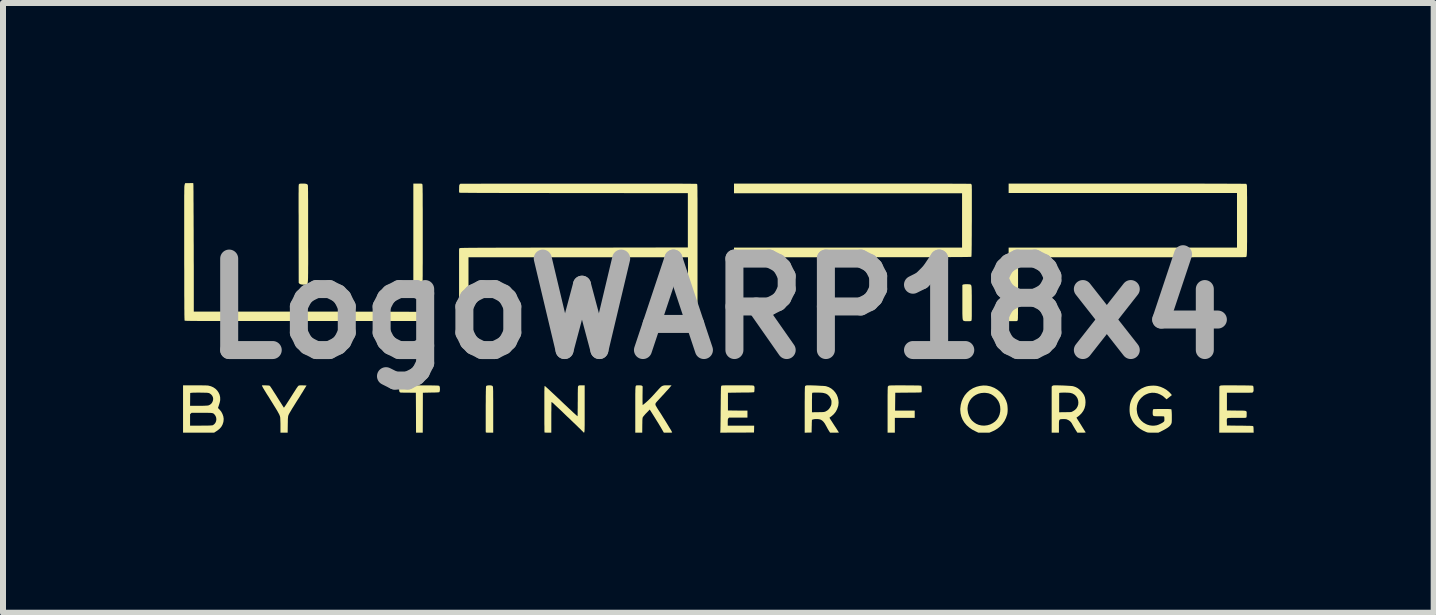
<source format=kicad_pcb>
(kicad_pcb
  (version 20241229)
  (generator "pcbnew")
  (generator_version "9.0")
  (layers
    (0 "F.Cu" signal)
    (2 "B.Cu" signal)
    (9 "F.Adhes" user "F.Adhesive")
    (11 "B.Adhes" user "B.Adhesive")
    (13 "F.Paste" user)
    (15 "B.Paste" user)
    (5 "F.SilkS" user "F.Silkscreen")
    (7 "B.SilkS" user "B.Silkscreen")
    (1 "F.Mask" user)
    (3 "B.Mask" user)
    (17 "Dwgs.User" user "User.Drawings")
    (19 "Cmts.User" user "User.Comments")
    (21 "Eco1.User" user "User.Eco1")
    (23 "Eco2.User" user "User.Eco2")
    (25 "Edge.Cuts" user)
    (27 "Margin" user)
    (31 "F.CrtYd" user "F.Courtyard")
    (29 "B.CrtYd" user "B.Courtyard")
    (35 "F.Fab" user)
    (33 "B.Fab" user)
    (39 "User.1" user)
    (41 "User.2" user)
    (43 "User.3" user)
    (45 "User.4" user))
  (footprint "LogoWARP18x4"
    (layer "F.Cu")
    (at 8.933 2.093)
    (property "Reference" "LogoWARP18x4" (at 0 0 0) (layer "F.Fab") (effects (font (size 1.524 1.524) (thickness 0.3))))
    (attr board_only exclude_from_pos_files exclude_from_bom)
    (fp_poly (pts (xy -3.792 1.281) (xy -3.779 1.287) (xy -3.771 1.297) (xy -3.77 1.301) (xy -3.769 1.308) (xy -3.768 1.323) (xy -3.767 1.347) (xy -3.766 1.379) (xy -3.766 1.42) (xy -3.766 1.469) (xy -3.765 1.527) (xy -3.765 1.593) (xy -3.765 1.669) (xy -3.765 1.69) (xy -3.765 2.066) (xy -3.826 2.066) (xy -3.851 2.066) (xy -3.868 2.066) (xy -3.88 2.064) (xy -3.886 2.063) (xy -3.889 2.06) (xy -3.889 2.059) (xy -3.889 2.054) (xy -3.89 2.04) (xy -3.89 2.019) (xy -3.89 1.991) (xy -3.89 1.956) (xy -3.89 1.916) (xy -3.89 1.871) (xy -3.89 1.821) (xy -3.89 1.768) (xy -3.89 1.712) (xy -3.89 1.674) (xy -3.89 1.607) (xy -3.889 1.548) (xy -3.889 1.497) (xy -3.889 1.454) (xy -3.888 1.416) (xy -3.888 1.386) (xy -3.887 1.36) (xy -3.887 1.34) (xy -3.886 1.324) (xy -3.886 1.311) (xy -3.885 1.302) (xy -3.884 1.296) (xy -3.883 1.292) (xy -3.881 1.289) (xy -3.88 1.288) (xy -3.873 1.283) (xy -3.861 1.28) (xy -3.842 1.278) (xy -3.836 1.278) (xy -3.81 1.278)) (stroke (width 0) (type solid)) (fill yes) (layer "F.SilkS"))
    (fp_poly (pts (xy 3.033 1.278) (xy 3.095 1.278) (xy 3.101 1.278) (xy 3.156 1.279) (xy 3.203 1.279) (xy 3.242 1.279) (xy 3.274 1.28) (xy 3.3 1.28) (xy 3.321 1.28) (xy 3.336 1.281) (xy 3.348 1.282) (xy 3.356 1.283) (xy 3.362 1.284) (xy 3.365 1.285) (xy 3.367 1.287) (xy 3.369 1.288) (xy 3.371 1.296) (xy 3.373 1.311) (xy 3.375 1.329) (xy 3.375 1.349) (xy 3.375 1.368) (xy 3.374 1.383) (xy 3.372 1.392) (xy 3.371 1.393) (xy 3.368 1.394) (xy 3.361 1.395) (xy 3.349 1.396) (xy 3.331 1.397) (xy 3.308 1.398) (xy 3.277 1.398) (xy 3.239 1.399) (xy 3.194 1.399) (xy 3.151 1.399) (xy 2.934 1.401) (xy 2.931 1.699) (xy 3.258 1.699) (xy 3.258 1.82) (xy 2.927 1.82) (xy 2.927 2.066) (xy 2.806 2.066) (xy 2.806 1.688) (xy 2.806 1.614) (xy 2.806 1.549) (xy 2.806 1.492) (xy 2.806 1.443) (xy 2.807 1.402) (xy 2.807 1.368) (xy 2.808 1.341) (xy 2.809 1.321) (xy 2.809 1.307) (xy 2.81 1.299) (xy 2.811 1.298) (xy 2.819 1.288) (xy 2.828 1.282) (xy 2.834 1.281) (xy 2.848 1.28) (xy 2.869 1.279) (xy 2.898 1.279) (xy 2.935 1.278) (xy 2.98 1.278)) (stroke (width 0) (type solid)) (fill yes) (layer "F.SilkS"))
    (fp_poly (pts (xy 4.15 -0.407) (xy 4.169 -0.406) (xy 4.182 -0.403) (xy 4.187 -0.401) (xy 4.191 -0.399) (xy 4.195 -0.396) (xy 4.198 -0.391) (xy 4.201 -0.384) (xy 4.203 -0.375) (xy 4.205 -0.362) (xy 4.206 -0.345) (xy 4.207 -0.323) (xy 4.208 -0.295) (xy 4.208 -0.262) (xy 4.209 -0.222) (xy 4.209 -0.174) (xy 4.209 -0.119) (xy 4.209 -0.087) (xy 4.209 -0.03) (xy 4.209 0.02) (xy 4.209 0.061) (xy 4.209 0.096) (xy 4.209 0.124) (xy 4.208 0.147) (xy 4.208 0.164) (xy 4.207 0.178) (xy 4.206 0.187) (xy 4.205 0.194) (xy 4.204 0.198) (xy 4.203 0.201) (xy 4.202 0.201) (xy 4.196 0.205) (xy 4.187 0.207) (xy 4.171 0.209) (xy 4.149 0.209) (xy 4.128 0.209) (xy 4.109 0.209) (xy 4.095 0.208) (xy 4.09 0.207) (xy 4.082 0.205) (xy 4.076 0.203) (xy 4.071 0.2) (xy 4.066 0.197) (xy 4.062 0.191) (xy 4.059 0.182) (xy 4.057 0.171) (xy 4.055 0.155) (xy 4.054 0.135) (xy 4.053 0.11) (xy 4.052 0.079) (xy 4.052 0.042) (xy 4.052 -0.003) (xy 4.052 -0.055) (xy 4.052 -0.114) (xy 4.052 -0.394) (xy 4.062 -0.401) (xy 4.071 -0.404) (xy 4.087 -0.406) (xy 4.107 -0.408) (xy 4.129 -0.408)) (stroke (width 0) (type solid)) (fill yes) (layer "F.SilkS"))
    (fp_poly (pts (xy -5.072 1.278) (xy -5.004 1.278) (xy -4.994 1.278) (xy -4.932 1.279) (xy -4.879 1.279) (xy -4.833 1.279) (xy -4.794 1.279) (xy -4.762 1.28) (xy -4.736 1.28) (xy -4.715 1.281) (xy -4.698 1.281) (xy -4.686 1.282) (xy -4.677 1.283) (xy -4.671 1.284) (xy -4.667 1.285) (xy -4.664 1.287) (xy -4.663 1.287) (xy -4.658 1.298) (xy -4.654 1.314) (xy -4.653 1.334) (xy -4.653 1.354) (xy -4.656 1.373) (xy -4.66 1.387) (xy -4.661 1.389) (xy -4.664 1.391) (xy -4.669 1.393) (xy -4.678 1.394) (xy -4.691 1.395) (xy -4.71 1.396) (xy -4.735 1.397) (xy -4.768 1.398) (xy -4.801 1.398) (xy -4.937 1.401) (xy -4.939 2.066) (xy -5.051 2.066) (xy -5.052 1.733) (xy -5.054 1.401) (xy -5.177 1.4) (xy -5.21 1.4) (xy -5.24 1.4) (xy -5.267 1.399) (xy -5.289 1.399) (xy -5.304 1.398) (xy -5.312 1.397) (xy -5.312 1.397) (xy -5.323 1.391) (xy -5.329 1.378) (xy -5.332 1.358) (xy -5.332 1.331) (xy -5.332 1.324) (xy -5.329 1.305) (xy -5.326 1.291) (xy -5.323 1.283) (xy -5.323 1.282) (xy -5.318 1.281) (xy -5.306 1.28) (xy -5.287 1.279) (xy -5.26 1.279) (xy -5.225 1.279) (xy -5.182 1.278) (xy -5.131 1.278)) (stroke (width 0) (type solid)) (fill yes) (layer "F.SilkS"))
    (fp_poly (pts (xy -4.998 -2.084) (xy -4.979 -2.084) (xy -4.965 -2.083) (xy -4.957 -2.082) (xy -4.952 -2.08) (xy -4.948 -2.077) (xy -4.946 -2.074) (xy -4.945 -2.072) (xy -4.945 -2.069) (xy -4.944 -2.064) (xy -4.943 -2.057) (xy -4.943 -2.047) (xy -4.942 -2.034) (xy -4.942 -2.017) (xy -4.941 -1.997) (xy -4.941 -1.973) (xy -4.941 -1.945) (xy -4.94 -1.912) (xy -4.94 -1.873) (xy -4.94 -1.829) (xy -4.94 -1.778) (xy -4.94 -1.722) (xy -4.939 -1.659) (xy -4.939 -1.588) (xy -4.939 -1.51) (xy -4.939 -1.424) (xy -4.939 -1.33) (xy -4.939 -1.243) (xy -4.939 -1.143) (xy -4.939 -1.05) (xy -4.939 -0.967) (xy -4.939 -0.89) (xy -4.939 -0.822) (xy -4.939 -0.76) (xy -4.94 -0.705) (xy -4.94 -0.656) (xy -4.94 -0.613) (xy -4.94 -0.576) (xy -4.94 -0.543) (xy -4.941 -0.516) (xy -4.941 -0.493) (xy -4.941 -0.473) (xy -4.942 -0.457) (xy -4.942 -0.445) (xy -4.943 -0.435) (xy -4.944 -0.427) (xy -4.944 -0.422) (xy -4.945 -0.418) (xy -4.946 -0.415) (xy -4.947 -0.413) (xy -4.948 -0.412) (xy -4.951 -0.408) (xy -4.956 -0.405) (xy -4.962 -0.403) (xy -4.972 -0.402) (xy -4.987 -0.401) (xy -5.008 -0.401) (xy -5.026 -0.401) (xy -5.096 -0.401) (xy -5.096 -1.243) (xy -5.096 -2.084) (xy -5.025 -2.084)) (stroke (width 0) (type solid)) (fill yes) (layer "F.SilkS"))
    (fp_poly (pts (xy 0.362 1.277) (xy 0.409 1.277) (xy 0.448 1.278) (xy 0.481 1.278) (xy 0.507 1.278) (xy 0.528 1.279) (xy 0.544 1.279) (xy 0.556 1.28) (xy 0.565 1.281) (xy 0.571 1.282) (xy 0.575 1.283) (xy 0.577 1.285) (xy 0.578 1.285) (xy 0.585 1.295) (xy 0.588 1.304) (xy 0.589 1.322) (xy 0.588 1.341) (xy 0.587 1.36) (xy 0.586 1.376) (xy 0.584 1.387) (xy 0.583 1.389) (xy 0.581 1.391) (xy 0.576 1.392) (xy 0.569 1.394) (xy 0.558 1.394) (xy 0.542 1.395) (xy 0.522 1.396) (xy 0.495 1.397) (xy 0.461 1.397) (xy 0.42 1.398) (xy 0.371 1.398) (xy 0.362 1.398) (xy 0.146 1.401) (xy 0.146 1.696) (xy 0.308 1.698) (xy 0.471 1.699) (xy 0.471 1.815) (xy 0.165 1.815) (xy 0.154 1.826) (xy 0.15 1.831) (xy 0.147 1.837) (xy 0.145 1.844) (xy 0.144 1.856) (xy 0.143 1.873) (xy 0.143 1.893) (xy 0.143 1.95) (xy 0.583 1.95) (xy 0.582 2.007) (xy 0.58 2.064) (xy 0.299 2.065) (xy 0.017 2.066) (xy 0.02 2.038) (xy 0.02 2.029) (xy 0.021 2.012) (xy 0.021 1.988) (xy 0.022 1.956) (xy 0.022 1.919) (xy 0.023 1.877) (xy 0.023 1.83) (xy 0.024 1.779) (xy 0.024 1.725) (xy 0.025 1.669) (xy 0.025 1.652) (xy 0.026 1.587) (xy 0.026 1.53) (xy 0.027 1.481) (xy 0.027 1.44) (xy 0.028 1.404) (xy 0.028 1.375) (xy 0.029 1.351) (xy 0.029 1.333) (xy 0.03 1.318) (xy 0.031 1.307) (xy 0.032 1.299) (xy 0.033 1.293) (xy 0.034 1.29) (xy 0.035 1.287) (xy 0.036 1.286) (xy 0.039 1.284) (xy 0.041 1.283) (xy 0.046 1.281) (xy 0.053 1.28) (xy 0.063 1.279) (xy 0.076 1.279) (xy 0.094 1.278) (xy 0.116 1.278) (xy 0.145 1.278) (xy 0.18 1.278) (xy 0.222 1.277) (xy 0.272 1.277) (xy 0.307 1.277)) (stroke (width 0) (type solid)) (fill yes) (layer "F.SilkS"))
    (fp_poly (pts (xy 4.458 1.282) (xy 4.513 1.293) (xy 4.53 1.298) (xy 4.585 1.32) (xy 4.635 1.35) (xy 4.681 1.387) (xy 4.72 1.43) (xy 4.753 1.478) (xy 4.78 1.531) (xy 4.797 1.581) (xy 4.802 1.609) (xy 4.805 1.641) (xy 4.807 1.676) (xy 4.806 1.71) (xy 4.803 1.741) (xy 4.799 1.761) (xy 4.779 1.82) (xy 4.753 1.873) (xy 4.719 1.921) (xy 4.695 1.948) (xy 4.665 1.976) (xy 4.636 1.999) (xy 4.604 2.019) (xy 4.567 2.038) (xy 4.552 2.045) (xy 4.503 2.066) (xy 4.411 2.066) (xy 4.318 2.066) (xy 4.274 2.045) (xy 4.216 2.015) (xy 4.166 1.98) (xy 4.122 1.941) (xy 4.085 1.897) (xy 4.056 1.849) (xy 4.035 1.798) (xy 4.022 1.745) (xy 4.017 1.688) (xy 4.017 1.663) (xy 4.018 1.659) (xy 4.138 1.659) (xy 4.139 1.688) (xy 4.147 1.739) (xy 4.162 1.785) (xy 4.183 1.826) (xy 4.211 1.863) (xy 4.245 1.893) (xy 4.282 1.918) (xy 4.324 1.936) (xy 4.369 1.946) (xy 4.417 1.949) (xy 4.467 1.943) (xy 4.468 1.943) (xy 4.516 1.929) (xy 4.559 1.907) (xy 4.597 1.88) (xy 4.629 1.846) (xy 4.654 1.807) (xy 4.672 1.764) (xy 4.682 1.717) (xy 4.685 1.676) (xy 4.681 1.626) (xy 4.67 1.581) (xy 4.651 1.539) (xy 4.623 1.5) (xy 4.604 1.479) (xy 4.567 1.448) (xy 4.529 1.425) (xy 4.487 1.41) (xy 4.44 1.403) (xy 4.413 1.402) (xy 4.364 1.406) (xy 4.318 1.418) (xy 4.276 1.437) (xy 4.238 1.462) (xy 4.205 1.493) (xy 4.178 1.529) (xy 4.158 1.569) (xy 4.144 1.612) (xy 4.138 1.659) (xy 4.018 1.659) (xy 4.025 1.603) (xy 4.04 1.546) (xy 4.063 1.493) (xy 4.092 1.444) (xy 4.129 1.4) (xy 4.171 1.362) (xy 4.219 1.331) (xy 4.233 1.323) (xy 4.288 1.301) (xy 4.344 1.287) (xy 4.401 1.28)) (stroke (width 0) (type solid)) (fill yes) (layer "F.SilkS"))
    (fp_poly (pts (xy -6.91 -2.084) (xy -6.888 -2.081) (xy -6.873 -2.077) (xy -6.862 -2.071) (xy -6.856 -2.062) (xy -6.854 -2.057) (xy -6.853 -2.052) (xy -6.852 -2.043) (xy -6.852 -2.027) (xy -6.851 -2.006) (xy -6.851 -1.978) (xy -6.85 -1.945) (xy -6.85 -1.904) (xy -6.85 -1.857) (xy -6.849 -1.803) (xy -6.849 -1.742) (xy -6.849 -1.673) (xy -6.849 -1.596) (xy -6.849 -1.512) (xy -6.849 -1.419) (xy -6.849 -1.317) (xy -6.849 -1.232) (xy -6.849 -1.13) (xy -6.849 -1.037) (xy -6.848 -0.952) (xy -6.848 -0.875) (xy -6.848 -0.805) (xy -6.848 -0.742) (xy -6.849 -0.686) (xy -6.849 -0.636) (xy -6.849 -0.592) (xy -6.85 -0.554) (xy -6.85 -0.521) (xy -6.851 -0.493) (xy -6.852 -0.47) (xy -6.854 -0.45) (xy -6.856 -0.434) (xy -6.858 -0.422) (xy -6.86 -0.413) (xy -6.863 -0.406) (xy -6.866 -0.401) (xy -6.869 -0.399) (xy -6.873 -0.397) (xy -6.877 -0.397) (xy -6.882 -0.398) (xy -6.888 -0.399) (xy -6.893 -0.4) (xy -6.9 -0.4) (xy -6.903 -0.4) (xy -6.924 -0.4) (xy -6.945 -0.401) (xy -6.961 -0.403) (xy -6.962 -0.403) (xy -6.98 -0.408) (xy -6.993 -0.416) (xy -6.995 -0.418) (xy -7.006 -0.431) (xy -7.007 -1.079) (xy -7.007 -1.19) (xy -7.007 -1.293) (xy -7.007 -1.387) (xy -7.007 -1.473) (xy -7.007 -1.552) (xy -7.008 -1.623) (xy -7.008 -1.687) (xy -7.008 -1.746) (xy -7.008 -1.797) (xy -7.008 -1.843) (xy -7.008 -1.884) (xy -7.008 -1.919) (xy -7.007 -1.95) (xy -7.007 -1.976) (xy -7.007 -1.998) (xy -7.007 -2.017) (xy -7.007 -2.032) (xy -7.006 -2.044) (xy -7.006 -2.053) (xy -7.005 -2.06) (xy -7.005 -2.066) (xy -7.004 -2.069) (xy -7.003 -2.071) (xy -7.003 -2.072) (xy -7.002 -2.073) (xy -7.001 -2.073) (xy -7 -2.074) (xy -6.999 -2.075) (xy -6.995 -2.079) (xy -6.989 -2.082) (xy -6.98 -2.083) (xy -6.966 -2.084) (xy -6.945 -2.084) (xy -6.94 -2.084)) (stroke (width 0) (type solid)) (fill yes) (layer "F.SilkS"))
    (fp_poly (pts (xy 2.4 -2.084) (xy 2.574 -2.084) (xy 2.739 -2.084) (xy 2.895 -2.084) (xy 3.042 -2.084) (xy 3.18 -2.084) (xy 3.31 -2.084) (xy 3.43 -2.084) (xy 3.542 -2.083) (xy 3.645 -2.083) (xy 3.739 -2.083) (xy 3.824 -2.083) (xy 3.9 -2.082) (xy 3.968 -2.082) (xy 4.026 -2.082) (xy 4.076 -2.082) (xy 4.118 -2.081) (xy 4.15 -2.081) (xy 4.174 -2.081) (xy 4.189 -2.08) (xy 4.195 -2.08) (xy 4.195 -2.08) (xy 4.202 -2.072) (xy 4.208 -2.061) (xy 4.208 -2.06) (xy 4.208 -2.054) (xy 4.209 -2.038) (xy 4.209 -2.015) (xy 4.21 -1.984) (xy 4.21 -1.945) (xy 4.21 -1.9) (xy 4.21 -1.847) (xy 4.21 -1.789) (xy 4.21 -1.724) (xy 4.21 -1.654) (xy 4.21 -1.579) (xy 4.21 -1.499) (xy 4.21 -1.457) (xy 4.209 -1.372) (xy 4.209 -1.295) (xy 4.209 -1.226) (xy 4.208 -1.165) (xy 4.208 -1.111) (xy 4.208 -1.064) (xy 4.207 -1.023) (xy 4.207 -0.988) (xy 4.206 -0.958) (xy 4.206 -0.934) (xy 4.205 -0.914) (xy 4.205 -0.898) (xy 4.204 -0.885) (xy 4.203 -0.876) (xy 4.203 -0.87) (xy 4.202 -0.866) (xy 4.201 -0.864) (xy 4.201 -0.864) (xy 4.198 -0.863) (xy 4.193 -0.863) (xy 4.184 -0.863) (xy 4.171 -0.862) (xy 4.155 -0.862) (xy 4.134 -0.861) (xy 4.109 -0.861) (xy 4.079 -0.861) (xy 4.045 -0.86) (xy 4.005 -0.86) (xy 3.96 -0.86) (xy 3.91 -0.86) (xy 3.854 -0.859) (xy 3.793 -0.859) (xy 3.725 -0.859) (xy 3.651 -0.859) (xy 3.57 -0.859) (xy 3.483 -0.858) (xy 3.389 -0.858) (xy 3.287 -0.858) (xy 3.179 -0.858) (xy 3.062 -0.858) (xy 2.938 -0.858) (xy 2.806 -0.858) (xy 2.665 -0.857) (xy 2.517 -0.857) (xy 2.359 -0.857) (xy 2.294 -0.857) (xy 0.394 -0.856) (xy 0.394 0.206) (xy 0.247 0.206) (xy 0.247 -1.017) (xy 4.047 -1.017) (xy 4.047 -1.923) (xy 0.247 -1.923) (xy 0.247 -2.084) (xy 2.217 -2.084)) (stroke (width 0) (type solid)) (fill yes) (layer "F.SilkS"))
    (fp_poly (pts (xy 8.524 1.278) (xy 8.572 1.278) (xy 8.622 1.278) (xy 8.678 1.279) (xy 8.725 1.279) (xy 8.765 1.279) (xy 8.798 1.28) (xy 8.825 1.28) (xy 8.846 1.281) (xy 8.862 1.281) (xy 8.874 1.282) (xy 8.883 1.283) (xy 8.889 1.284) (xy 8.893 1.285) (xy 8.895 1.287) (xy 8.895 1.287) (xy 8.899 1.294) (xy 8.902 1.304) (xy 8.903 1.321) (xy 8.904 1.336) (xy 8.904 1.355) (xy 8.904 1.368) (xy 8.902 1.377) (xy 8.898 1.384) (xy 8.895 1.388) (xy 8.884 1.4) (xy 8.672 1.401) (xy 8.46 1.401) (xy 8.46 1.696) (xy 8.617 1.698) (xy 8.661 1.698) (xy 8.697 1.698) (xy 8.725 1.699) (xy 8.747 1.7) (xy 8.764 1.702) (xy 8.775 1.705) (xy 8.783 1.71) (xy 8.787 1.716) (xy 8.789 1.725) (xy 8.79 1.736) (xy 8.789 1.75) (xy 8.789 1.76) (xy 8.789 1.78) (xy 8.788 1.796) (xy 8.786 1.808) (xy 8.785 1.811) (xy 8.783 1.813) (xy 8.78 1.815) (xy 8.776 1.817) (xy 8.768 1.818) (xy 8.757 1.819) (xy 8.741 1.819) (xy 8.719 1.819) (xy 8.691 1.82) (xy 8.656 1.82) (xy 8.628 1.82) (xy 8.587 1.82) (xy 8.554 1.82) (xy 8.528 1.82) (xy 8.508 1.821) (xy 8.493 1.821) (xy 8.483 1.822) (xy 8.475 1.824) (xy 8.471 1.825) (xy 8.467 1.827) (xy 8.467 1.828) (xy 8.463 1.831) (xy 8.46 1.836) (xy 8.459 1.844) (xy 8.458 1.856) (xy 8.458 1.874) (xy 8.459 1.891) (xy 8.46 1.947) (xy 8.676 1.95) (xy 8.729 1.95) (xy 8.774 1.951) (xy 8.811 1.952) (xy 8.84 1.952) (xy 8.863 1.953) (xy 8.88 1.954) (xy 8.891 1.956) (xy 8.896 1.957) (xy 8.898 1.957) (xy 8.9 1.965) (xy 8.903 1.981) (xy 8.904 2.004) (xy 8.904 2.015) (xy 8.906 2.066) (xy 8.332 2.066) (xy 8.333 1.68) (xy 8.334 1.295) (xy 8.345 1.286) (xy 8.348 1.284) (xy 8.351 1.283) (xy 8.355 1.281) (xy 8.362 1.28) (xy 8.371 1.279) (xy 8.384 1.279) (xy 8.401 1.278) (xy 8.423 1.278) (xy 8.45 1.278) (xy 8.483 1.278)) (stroke (width 0) (type solid)) (fill yes) (layer "F.SilkS"))
    (fp_poly (pts (xy -7.557 1.278) (xy -7.532 1.279) (xy -7.514 1.28) (xy -7.502 1.281) (xy -7.494 1.283) (xy -7.489 1.286) (xy -7.484 1.29) (xy -7.483 1.291) (xy -7.479 1.297) (xy -7.47 1.31) (xy -7.457 1.329) (xy -7.442 1.352) (xy -7.424 1.381) (xy -7.403 1.413) (xy -7.381 1.447) (xy -7.364 1.475) (xy -7.342 1.51) (xy -7.321 1.543) (xy -7.302 1.573) (xy -7.285 1.6) (xy -7.272 1.621) (xy -7.261 1.637) (xy -7.255 1.647) (xy -7.253 1.65) (xy -7.25 1.647) (xy -7.243 1.638) (xy -7.232 1.622) (xy -7.218 1.602) (xy -7.202 1.577) (xy -7.184 1.549) (xy -7.169 1.526) (xy -7.138 1.477) (xy -7.112 1.436) (xy -7.09 1.401) (xy -7.071 1.372) (xy -7.056 1.348) (xy -7.044 1.329) (xy -7.034 1.315) (xy -7.026 1.304) (xy -7.02 1.295) (xy -7.015 1.29) (xy -7.011 1.286) (xy -7.009 1.284) (xy -7.003 1.281) (xy -6.994 1.279) (xy -6.981 1.278) (xy -6.962 1.278) (xy -6.936 1.278) (xy -6.875 1.28) (xy -6.922 1.356) (xy -6.937 1.382) (xy -6.957 1.413) (xy -6.978 1.447) (xy -7 1.483) (xy -7.022 1.517) (xy -7.035 1.537) (xy -7.066 1.587) (xy -7.092 1.629) (xy -7.115 1.665) (xy -7.133 1.696) (xy -7.148 1.721) (xy -7.16 1.741) (xy -7.168 1.757) (xy -7.175 1.77) (xy -7.178 1.78) (xy -7.179 1.781) (xy -7.181 1.79) (xy -7.183 1.8) (xy -7.184 1.815) (xy -7.186 1.833) (xy -7.187 1.857) (xy -7.187 1.888) (xy -7.188 1.926) (xy -7.188 1.935) (xy -7.19 2.066) (xy -7.31 2.066) (xy -7.31 1.951) (xy -7.31 1.917) (xy -7.311 1.885) (xy -7.312 1.857) (xy -7.313 1.833) (xy -7.314 1.816) (xy -7.315 1.808) (xy -7.317 1.8) (xy -7.319 1.791) (xy -7.323 1.781) (xy -7.327 1.77) (xy -7.333 1.758) (xy -7.341 1.743) (xy -7.351 1.725) (xy -7.363 1.703) (xy -7.379 1.677) (xy -7.397 1.647) (xy -7.419 1.612) (xy -7.444 1.571) (xy -7.474 1.523) (xy -7.507 1.469) (xy -7.521 1.448) (xy -7.544 1.412) (xy -7.562 1.382) (xy -7.577 1.358) (xy -7.588 1.339) (xy -7.597 1.325) (xy -7.603 1.313) (xy -7.608 1.305) (xy -7.612 1.297) (xy -7.614 1.291) (xy -7.615 1.288) (xy -7.62 1.277)) (stroke (width 0) (type solid)) (fill yes) (layer "F.SilkS"))
    (fp_poly (pts (xy 5.612 1.278) (xy 5.65 1.278) (xy 5.689 1.279) (xy 5.729 1.28) (xy 5.767 1.282) (xy 5.803 1.284) (xy 5.836 1.286) (xy 5.863 1.288) (xy 5.885 1.29) (xy 5.899 1.293) (xy 5.9 1.293) (xy 5.936 1.305) (xy 5.968 1.321) (xy 5.998 1.343) (xy 6.024 1.367) (xy 6.055 1.403) (xy 6.079 1.439) (xy 6.094 1.478) (xy 6.102 1.521) (xy 6.104 1.56) (xy 6.1 1.611) (xy 6.088 1.658) (xy 6.067 1.703) (xy 6.038 1.743) (xy 6.001 1.78) (xy 5.982 1.795) (xy 5.953 1.816) (xy 5.963 1.833) (xy 5.97 1.844) (xy 5.98 1.86) (xy 5.993 1.88) (xy 6.008 1.904) (xy 6.024 1.929) (xy 6.04 1.955) (xy 6.056 1.981) (xy 6.071 2.005) (xy 6.084 2.026) (xy 6.095 2.043) (xy 6.103 2.055) (xy 6.106 2.06) (xy 6.106 2.061) (xy 6.106 2.063) (xy 6.1 2.064) (xy 6.089 2.065) (xy 6.072 2.066) (xy 6.046 2.066) (xy 6.039 2.066) (xy 5.968 2.066) (xy 5.933 2.011) (xy 5.92 1.989) (xy 5.907 1.967) (xy 5.896 1.948) (xy 5.888 1.934) (xy 5.887 1.932) (xy 5.87 1.902) (xy 5.851 1.88) (xy 5.828 1.862) (xy 5.814 1.855) (xy 5.799 1.848) (xy 5.787 1.843) (xy 5.774 1.841) (xy 5.758 1.84) (xy 5.742 1.84) (xy 5.718 1.84) (xy 5.699 1.841) (xy 5.685 1.843) (xy 5.675 1.848) (xy 5.668 1.857) (xy 5.664 1.87) (xy 5.662 1.889) (xy 5.661 1.914) (xy 5.661 1.947) (xy 5.661 1.963) (xy 5.661 2.066) (xy 5.54 2.066) (xy 5.54 1.726) (xy 5.665 1.726) (xy 5.765 1.725) (xy 5.865 1.723) (xy 5.895 1.709) (xy 5.927 1.688) (xy 5.952 1.663) (xy 5.97 1.633) (xy 5.982 1.599) (xy 5.985 1.564) (xy 5.981 1.528) (xy 5.969 1.492) (xy 5.968 1.49) (xy 5.948 1.459) (xy 5.922 1.434) (xy 5.89 1.415) (xy 5.854 1.404) (xy 5.846 1.403) (xy 5.828 1.401) (xy 5.805 1.4) (xy 5.778 1.399) (xy 5.75 1.399) (xy 5.724 1.399) (xy 5.701 1.4) (xy 5.685 1.401) (xy 5.682 1.401) (xy 5.665 1.404) (xy 5.665 1.726) (xy 5.54 1.726) (xy 5.54 1.299) (xy 5.551 1.288) (xy 5.556 1.284) (xy 5.562 1.28) (xy 5.57 1.279) (xy 5.583 1.278) (xy 5.601 1.278)) (stroke (width 0) (type solid)) (fill yes) (layer "F.SilkS"))
    (fp_poly (pts (xy -8.734 1.277) (xy -8.692 1.278) (xy -8.652 1.278) (xy -8.614 1.278) (xy -8.581 1.279) (xy -8.553 1.279) (xy -8.531 1.28) (xy -8.516 1.281) (xy -8.511 1.282) (xy -8.468 1.293) (xy -8.428 1.311) (xy -8.393 1.335) (xy -8.364 1.364) (xy -8.341 1.398) (xy -8.324 1.435) (xy -8.315 1.475) (xy -8.314 1.516) (xy -8.315 1.529) (xy -8.318 1.545) (xy -8.323 1.567) (xy -8.33 1.59) (xy -8.335 1.606) (xy -8.351 1.655) (xy -8.324 1.683) (xy -8.296 1.717) (xy -8.276 1.755) (xy -8.262 1.795) (xy -8.256 1.836) (xy -8.259 1.877) (xy -8.263 1.895) (xy -8.276 1.934) (xy -8.296 1.969) (xy -8.323 2) (xy -8.357 2.028) (xy -8.375 2.04) (xy -8.415 2.066) (xy -8.933 2.066) (xy -8.933 1.95) (xy -8.816 1.95) (xy -8.631 1.949) (xy -8.585 1.948) (xy -8.547 1.948) (xy -8.516 1.948) (xy -8.491 1.947) (xy -8.472 1.946) (xy -8.458 1.945) (xy -8.448 1.944) (xy -8.441 1.943) (xy -8.435 1.941) (xy -8.433 1.94) (xy -8.41 1.922) (xy -8.393 1.9) (xy -8.382 1.873) (xy -8.378 1.845) (xy -8.381 1.816) (xy -8.391 1.789) (xy -8.406 1.767) (xy -8.413 1.759) (xy -8.419 1.753) (xy -8.427 1.747) (xy -8.435 1.743) (xy -8.447 1.74) (xy -8.461 1.738) (xy -8.48 1.736) (xy -8.504 1.736) (xy -8.534 1.735) (xy -8.571 1.735) (xy -8.615 1.735) (xy -8.623 1.735) (xy -8.791 1.735) (xy -8.816 1.759) (xy -8.816 1.95) (xy -8.933 1.95) (xy -8.933 1.618) (xy -8.816 1.618) (xy -8.674 1.618) (xy -8.632 1.618) (xy -8.598 1.618) (xy -8.571 1.617) (xy -8.55 1.616) (xy -8.534 1.615) (xy -8.522 1.614) (xy -8.512 1.612) (xy -8.507 1.611) (xy -8.482 1.599) (xy -8.46 1.58) (xy -8.444 1.556) (xy -8.434 1.528) (xy -8.431 1.503) (xy -8.435 1.477) (xy -8.447 1.451) (xy -8.466 1.429) (xy -8.489 1.412) (xy -8.494 1.41) (xy -8.5 1.407) (xy -8.507 1.405) (xy -8.515 1.404) (xy -8.526 1.402) (xy -8.541 1.401) (xy -8.56 1.401) (xy -8.586 1.4) (xy -8.619 1.4) (xy -8.644 1.399) (xy -8.678 1.399) (xy -8.71 1.399) (xy -8.739 1.4) (xy -8.764 1.4) (xy -8.782 1.401) (xy -8.793 1.402) (xy -8.794 1.402) (xy -8.814 1.405) (xy -8.815 1.512) (xy -8.816 1.618) (xy -8.933 1.618) (xy -8.933 1.277)) (stroke (width 0) (type solid)) (fill yes) (layer "F.SilkS"))
    (fp_poly (pts (xy 6.98 -2.084) (xy 7.153 -2.084) (xy 7.317 -2.084) (xy 7.473 -2.084) (xy 7.619 -2.084) (xy 7.757 -2.084) (xy 7.886 -2.084) (xy 8.006 -2.084) (xy 8.118 -2.083) (xy 8.22 -2.083) (xy 8.314 -2.083) (xy 8.399 -2.083) (xy 8.476 -2.082) (xy 8.544 -2.082) (xy 8.603 -2.082) (xy 8.654 -2.082) (xy 8.696 -2.081) (xy 8.73 -2.081) (xy 8.755 -2.081) (xy 8.772 -2.08) (xy 8.78 -2.08) (xy 8.781 -2.08) (xy 8.787 -2.072) (xy 8.792 -2.061) (xy 8.793 -2.058) (xy 8.793 -2.052) (xy 8.794 -2.037) (xy 8.794 -2.014) (xy 8.795 -1.984) (xy 8.795 -1.947) (xy 8.795 -1.904) (xy 8.796 -1.855) (xy 8.796 -1.801) (xy 8.796 -1.742) (xy 8.796 -1.679) (xy 8.796 -1.613) (xy 8.796 -1.543) (xy 8.796 -1.472) (xy 8.796 -1.463) (xy 8.796 -1.377) (xy 8.796 -1.3) (xy 8.796 -1.232) (xy 8.796 -1.17) (xy 8.796 -1.116) (xy 8.795 -1.069) (xy 8.795 -1.028) (xy 8.795 -0.992) (xy 8.794 -0.963) (xy 8.793 -0.938) (xy 8.792 -0.917) (xy 8.791 -0.901) (xy 8.79 -0.888) (xy 8.788 -0.878) (xy 8.787 -0.871) (xy 8.784 -0.866) (xy 8.782 -0.863) (xy 8.779 -0.861) (xy 8.776 -0.86) (xy 8.772 -0.86) (xy 8.768 -0.859) (xy 8.767 -0.859) (xy 8.761 -0.859) (xy 8.747 -0.859) (xy 8.725 -0.858) (xy 8.694 -0.858) (xy 8.656 -0.858) (xy 8.61 -0.858) (xy 8.557 -0.858) (xy 8.497 -0.857) (xy 8.431 -0.857) (xy 8.358 -0.857) (xy 8.279 -0.857) (xy 8.194 -0.857) (xy 8.105 -0.857) (xy 8.009 -0.857) (xy 7.91 -0.857) (xy 7.805 -0.856) (xy 7.696 -0.856) (xy 7.584 -0.856) (xy 7.468 -0.856) (xy 7.348 -0.856) (xy 7.225 -0.856) (xy 7.1 -0.856) (xy 6.972 -0.856) (xy 6.866 -0.856) (xy 4.98 -0.856) (xy 4.98 -0.334) (xy 4.98 -0.255) (xy 4.98 -0.184) (xy 4.98 -0.121) (xy 4.979 -0.066) (xy 4.979 -0.017) (xy 4.979 0.025) (xy 4.979 0.061) (xy 4.979 0.091) (xy 4.978 0.116) (xy 4.978 0.137) (xy 4.978 0.154) (xy 4.977 0.167) (xy 4.976 0.177) (xy 4.976 0.184) (xy 4.975 0.19) (xy 4.974 0.193) (xy 4.973 0.196) (xy 4.971 0.198) (xy 4.971 0.198) (xy 4.967 0.202) (xy 4.963 0.205) (xy 4.957 0.207) (xy 4.947 0.208) (xy 4.932 0.208) (xy 4.911 0.208) (xy 4.893 0.208) (xy 4.823 0.208) (xy 4.823 -0.405) (xy 4.823 -1.017) (xy 8.628 -1.017) (xy 8.628 -1.927) (xy 4.823 -1.927) (xy 4.823 -2.084) (xy 6.797 -2.084)) (stroke (width 0) (type solid)) (fill yes) (layer "F.SilkS"))
    (fp_poly (pts (xy -2.241 1.672) (xy -2.241 1.742) (xy -2.241 1.804) (xy -2.241 1.858) (xy -2.241 1.904) (xy -2.241 1.943) (xy -2.242 1.976) (xy -2.242 2.003) (xy -2.243 2.024) (xy -2.244 2.041) (xy -2.246 2.052) (xy -2.248 2.06) (xy -2.25 2.064) (xy -2.253 2.066) (xy -2.257 2.064) (xy -2.261 2.061) (xy -2.265 2.056) (xy -2.271 2.05) (xy -2.276 2.044) (xy -2.285 2.036) (xy -2.299 2.022) (xy -2.317 2.003) (xy -2.341 1.981) (xy -2.367 1.955) (xy -2.397 1.926) (xy -2.429 1.896) (xy -2.463 1.863) (xy -2.498 1.829) (xy -2.534 1.796) (xy -2.569 1.762) (xy -2.603 1.729) (xy -2.636 1.697) (xy -2.667 1.668) (xy -2.696 1.641) (xy -2.721 1.618) (xy -2.742 1.598) (xy -2.758 1.582) (xy -2.77 1.572) (xy -2.775 1.568) (xy -2.785 1.56) (xy -2.792 1.556) (xy -2.794 1.555) (xy -2.794 1.56) (xy -2.795 1.572) (xy -2.795 1.592) (xy -2.796 1.619) (xy -2.796 1.651) (xy -2.796 1.688) (xy -2.797 1.729) (xy -2.797 1.774) (xy -2.797 1.811) (xy -2.797 2.066) (xy -2.852 2.066) (xy -2.874 2.066) (xy -2.892 2.065) (xy -2.904 2.064) (xy -2.91 2.063) (xy -2.91 2.063) (xy -2.911 2.058) (xy -2.911 2.045) (xy -2.912 2.024) (xy -2.912 1.997) (xy -2.912 1.963) (xy -2.913 1.923) (xy -2.913 1.878) (xy -2.913 1.829) (xy -2.913 1.776) (xy -2.913 1.72) (xy -2.913 1.675) (xy -2.913 1.607) (xy -2.913 1.547) (xy -2.913 1.495) (xy -2.913 1.45) (xy -2.913 1.412) (xy -2.913 1.38) (xy -2.912 1.355) (xy -2.912 1.334) (xy -2.911 1.318) (xy -2.91 1.306) (xy -2.91 1.297) (xy -2.909 1.292) (xy -2.908 1.289) (xy -2.907 1.288) (xy -2.902 1.291) (xy -2.891 1.299) (xy -2.874 1.315) (xy -2.85 1.336) (xy -2.82 1.364) (xy -2.784 1.398) (xy -2.741 1.438) (xy -2.692 1.484) (xy -2.637 1.536) (xy -2.631 1.542) (xy -2.585 1.586) (xy -2.542 1.626) (xy -2.503 1.663) (xy -2.467 1.696) (xy -2.437 1.725) (xy -2.41 1.749) (xy -2.389 1.768) (xy -2.374 1.781) (xy -2.364 1.79) (xy -2.36 1.792) (xy -2.36 1.792) (xy -2.359 1.786) (xy -2.359 1.773) (xy -2.358 1.752) (xy -2.358 1.725) (xy -2.358 1.692) (xy -2.357 1.654) (xy -2.357 1.612) (xy -2.357 1.568) (xy -2.356 1.541) (xy -2.356 1.488) (xy -2.356 1.443) (xy -2.356 1.406) (xy -2.355 1.375) (xy -2.355 1.351) (xy -2.354 1.331) (xy -2.354 1.317) (xy -2.353 1.306) (xy -2.352 1.298) (xy -2.35 1.293) (xy -2.349 1.29) (xy -2.347 1.287) (xy -2.347 1.287) (xy -2.342 1.283) (xy -2.336 1.28) (xy -2.327 1.278) (xy -2.312 1.278) (xy -2.291 1.277) (xy -2.241 1.277)) (stroke (width 0) (type solid)) (fill yes) (layer "F.SilkS"))
    (fp_poly (pts (xy -0.828 1.319) (xy -0.84 1.333) (xy -0.857 1.352) (xy -0.879 1.375) (xy -0.902 1.401) (xy -0.927 1.429) (xy -0.953 1.456) (xy -0.955 1.459) (xy -0.983 1.489) (xy -1.006 1.514) (xy -1.024 1.534) (xy -1.038 1.549) (xy -1.048 1.561) (xy -1.055 1.57) (xy -1.059 1.577) (xy -1.061 1.583) (xy -1.062 1.588) (xy -1.062 1.592) (xy -1.062 1.599) (xy -1.061 1.605) (xy -1.058 1.613) (xy -1.052 1.623) (xy -1.044 1.637) (xy -1.033 1.656) (xy -1.018 1.68) (xy -1.005 1.7) (xy -0.981 1.736) (xy -0.957 1.774) (xy -0.933 1.813) (xy -0.909 1.851) (xy -0.886 1.888) (xy -0.864 1.924) (xy -0.844 1.957) (xy -0.826 1.987) (xy -0.81 2.012) (xy -0.798 2.033) (xy -0.79 2.048) (xy -0.785 2.057) (xy -0.784 2.059) (xy -0.785 2.062) (xy -0.789 2.064) (xy -0.797 2.065) (xy -0.809 2.066) (xy -0.829 2.066) (xy -0.853 2.066) (xy -0.922 2.066) (xy -0.955 2.009) (xy -0.971 1.981) (xy -0.992 1.946) (xy -1.016 1.906) (xy -1.043 1.863) (xy -1.072 1.816) (xy -1.102 1.768) (xy -1.124 1.733) (xy -1.157 1.681) (xy -1.209 1.735) (xy -1.228 1.754) (xy -1.244 1.773) (xy -1.258 1.789) (xy -1.267 1.801) (xy -1.271 1.806) (xy -1.273 1.811) (xy -1.275 1.817) (xy -1.277 1.826) (xy -1.278 1.837) (xy -1.279 1.852) (xy -1.28 1.873) (xy -1.28 1.9) (xy -1.281 1.935) (xy -1.281 1.944) (xy -1.282 2.066) (xy -1.398 2.066) (xy -1.398 1.688) (xy -1.398 1.619) (xy -1.398 1.558) (xy -1.398 1.506) (xy -1.398 1.46) (xy -1.398 1.422) (xy -1.397 1.389) (xy -1.397 1.362) (xy -1.396 1.341) (xy -1.395 1.323) (xy -1.394 1.31) (xy -1.393 1.3) (xy -1.391 1.292) (xy -1.389 1.287) (xy -1.387 1.284) (xy -1.385 1.282) (xy -1.384 1.281) (xy -1.377 1.279) (xy -1.364 1.278) (xy -1.346 1.278) (xy -1.337 1.277) (xy -1.316 1.278) (xy -1.302 1.279) (xy -1.293 1.281) (xy -1.286 1.286) (xy -1.286 1.286) (xy -1.275 1.295) (xy -1.277 1.45) (xy -1.277 1.49) (xy -1.277 1.525) (xy -1.277 1.555) (xy -1.276 1.578) (xy -1.276 1.595) (xy -1.275 1.603) (xy -1.274 1.605) (xy -1.268 1.602) (xy -1.257 1.593) (xy -1.242 1.581) (xy -1.224 1.566) (xy -1.204 1.548) (xy -1.184 1.53) (xy -1.165 1.511) (xy -1.147 1.494) (xy -1.139 1.485) (xy -1.122 1.468) (xy -1.101 1.445) (xy -1.078 1.42) (xy -1.055 1.394) (xy -1.032 1.369) (xy -1.032 1.369) (xy -1.008 1.342) (xy -0.988 1.321) (xy -0.972 1.305) (xy -0.957 1.293) (xy -0.943 1.286) (xy -0.927 1.281) (xy -0.909 1.278) (xy -0.887 1.278) (xy -0.86 1.277) (xy -0.793 1.277)) (stroke (width 0) (type solid)) (fill yes) (layer "F.SilkS"))
    (fp_poly (pts (xy 1.505 1.278) (xy 1.535 1.278) (xy 1.567 1.279) (xy 1.602 1.28) (xy 1.637 1.282) (xy 1.672 1.284) (xy 1.704 1.286) (xy 1.733 1.287) (xy 1.757 1.289) (xy 1.774 1.291) (xy 1.783 1.293) (xy 1.827 1.308) (xy 1.868 1.331) (xy 1.903 1.36) (xy 1.933 1.394) (xy 1.958 1.433) (xy 1.975 1.475) (xy 1.986 1.52) (xy 1.99 1.566) (xy 1.985 1.613) (xy 1.981 1.629) (xy 1.964 1.677) (xy 1.94 1.721) (xy 1.908 1.76) (xy 1.869 1.794) (xy 1.866 1.796) (xy 1.853 1.805) (xy 1.843 1.813) (xy 1.838 1.818) (xy 1.838 1.818) (xy 1.84 1.822) (xy 1.847 1.833) (xy 1.857 1.85) (xy 1.871 1.871) (xy 1.887 1.896) (xy 1.905 1.924) (xy 1.916 1.941) (xy 1.935 1.97) (xy 1.953 1.997) (xy 1.968 2.021) (xy 1.98 2.04) (xy 1.989 2.054) (xy 1.994 2.062) (xy 1.995 2.064) (xy 1.99 2.065) (xy 1.979 2.065) (xy 1.961 2.066) (xy 1.939 2.066) (xy 1.921 2.066) (xy 1.848 2.066) (xy 1.826 2.032) (xy 1.814 2.012) (xy 1.801 1.989) (xy 1.788 1.964) (xy 1.78 1.95) (xy 1.76 1.914) (xy 1.739 1.886) (xy 1.717 1.865) (xy 1.693 1.85) (xy 1.692 1.85) (xy 1.673 1.844) (xy 1.648 1.84) (xy 1.621 1.839) (xy 1.594 1.84) (xy 1.57 1.844) (xy 1.551 1.85) (xy 1.545 1.853) (xy 1.545 1.857) (xy 1.545 1.869) (xy 1.544 1.888) (xy 1.543 1.912) (xy 1.543 1.94) (xy 1.542 1.959) (xy 1.54 2.064) (xy 1.482 2.065) (xy 1.425 2.067) (xy 1.425 1.726) (xy 1.546 1.726) (xy 1.648 1.725) (xy 1.681 1.724) (xy 1.706 1.724) (xy 1.726 1.723) (xy 1.74 1.722) (xy 1.75 1.72) (xy 1.759 1.718) (xy 1.767 1.715) (xy 1.775 1.712) (xy 1.775 1.712) (xy 1.805 1.694) (xy 1.829 1.672) (xy 1.849 1.643) (xy 1.854 1.633) (xy 1.863 1.615) (xy 1.868 1.601) (xy 1.87 1.586) (xy 1.871 1.568) (xy 1.871 1.563) (xy 1.871 1.542) (xy 1.869 1.527) (xy 1.864 1.513) (xy 1.857 1.496) (xy 1.837 1.463) (xy 1.811 1.436) (xy 1.781 1.417) (xy 1.744 1.406) (xy 1.729 1.403) (xy 1.713 1.401) (xy 1.693 1.4) (xy 1.669 1.399) (xy 1.643 1.399) (xy 1.617 1.399) (xy 1.594 1.399) (xy 1.574 1.399) (xy 1.56 1.4) (xy 1.553 1.401) (xy 1.552 1.403) (xy 1.55 1.406) (xy 1.549 1.413) (xy 1.548 1.423) (xy 1.547 1.438) (xy 1.547 1.458) (xy 1.547 1.484) (xy 1.546 1.518) (xy 1.546 1.56) (xy 1.546 1.726) (xy 1.425 1.726) (xy 1.425 1.686) (xy 1.425 1.612) (xy 1.425 1.548) (xy 1.426 1.491) (xy 1.426 1.443) (xy 1.426 1.402) (xy 1.427 1.368) (xy 1.427 1.341) (xy 1.428 1.32) (xy 1.429 1.305) (xy 1.43 1.296) (xy 1.43 1.293) (xy 1.439 1.284) (xy 1.452 1.279) (xy 1.463 1.278) (xy 1.481 1.278)) (stroke (width 0) (type solid)) (fill yes) (layer "F.SilkS"))
    (fp_poly (pts (xy 7.273 1.284) (xy 7.302 1.288) (xy 7.356 1.303) (xy 7.408 1.326) (xy 7.456 1.355) (xy 7.498 1.389) (xy 7.526 1.419) (xy 7.543 1.44) (xy 7.454 1.511) (xy 7.43 1.488) (xy 7.39 1.454) (xy 7.346 1.429) (xy 7.302 1.411) (xy 7.255 1.402) (xy 7.209 1.401) (xy 7.162 1.409) (xy 7.144 1.415) (xy 7.106 1.431) (xy 7.072 1.451) (xy 7.041 1.478) (xy 7.027 1.492) (xy 6.997 1.529) (xy 6.976 1.57) (xy 6.963 1.614) (xy 6.957 1.662) (xy 6.958 1.69) (xy 6.965 1.741) (xy 6.979 1.787) (xy 7.001 1.828) (xy 7.031 1.865) (xy 7.068 1.897) (xy 7.112 1.923) (xy 7.138 1.934) (xy 7.172 1.944) (xy 7.21 1.949) (xy 7.25 1.949) (xy 7.287 1.944) (xy 7.298 1.941) (xy 7.324 1.932) (xy 7.349 1.92) (xy 7.373 1.908) (xy 7.393 1.896) (xy 7.408 1.884) (xy 7.416 1.873) (xy 7.416 1.872) (xy 7.418 1.862) (xy 7.418 1.846) (xy 7.418 1.828) (xy 7.417 1.812) (xy 7.415 1.801) (xy 7.415 1.801) (xy 7.414 1.798) (xy 7.41 1.796) (xy 7.403 1.794) (xy 7.392 1.794) (xy 7.375 1.793) (xy 7.351 1.793) (xy 7.33 1.793) (xy 7.302 1.793) (xy 7.277 1.792) (xy 7.257 1.791) (xy 7.244 1.79) (xy 7.238 1.788) (xy 7.232 1.781) (xy 7.226 1.769) (xy 7.225 1.767) (xy 7.224 1.755) (xy 7.223 1.738) (xy 7.224 1.719) (xy 7.225 1.701) (xy 7.228 1.686) (xy 7.231 1.678) (xy 7.231 1.677) (xy 7.234 1.676) (xy 7.242 1.674) (xy 7.255 1.673) (xy 7.275 1.673) (xy 7.3 1.672) (xy 7.334 1.672) (xy 7.375 1.672) (xy 7.382 1.672) (xy 7.423 1.672) (xy 7.455 1.672) (xy 7.481 1.672) (xy 7.5 1.673) (xy 7.514 1.674) (xy 7.524 1.675) (xy 7.53 1.676) (xy 7.534 1.678) (xy 7.535 1.679) (xy 7.537 1.686) (xy 7.538 1.7) (xy 7.54 1.72) (xy 7.541 1.744) (xy 7.542 1.771) (xy 7.542 1.799) (xy 7.542 1.827) (xy 7.542 1.853) (xy 7.541 1.876) (xy 7.54 1.893) (xy 7.538 1.904) (xy 7.538 1.905) (xy 7.53 1.925) (xy 7.517 1.944) (xy 7.5 1.962) (xy 7.476 1.981) (xy 7.446 2) (xy 7.409 2.021) (xy 7.385 2.033) (xy 7.319 2.066) (xy 7.23 2.066) (xy 7.2 2.066) (xy 7.176 2.066) (xy 7.159 2.065) (xy 7.145 2.064) (xy 7.135 2.062) (xy 7.125 2.059) (xy 7.115 2.055) (xy 7.114 2.055) (xy 7.062 2.031) (xy 7.013 2.002) (xy 6.969 1.968) (xy 6.93 1.93) (xy 6.898 1.889) (xy 6.878 1.854) (xy 6.862 1.818) (xy 6.85 1.785) (xy 6.843 1.752) (xy 6.839 1.715) (xy 6.838 1.681) (xy 6.84 1.635) (xy 6.845 1.594) (xy 6.855 1.556) (xy 6.869 1.517) (xy 6.88 1.495) (xy 6.909 1.445) (xy 6.945 1.401) (xy 6.987 1.363) (xy 7.035 1.331) (xy 7.087 1.307) (xy 7.122 1.295) (xy 7.156 1.288) (xy 7.194 1.284) (xy 7.234 1.282)) (stroke (width 0) (type solid)) (fill yes) (layer "F.SilkS"))
    (fp_poly (pts (xy -8.761 -2.07) (xy -8.761 -2.063) (xy -8.76 -2.048) (xy -8.76 -2.025) (xy -8.76 -1.995) (xy -8.759 -1.957) (xy -8.759 -1.913) (xy -8.759 -1.863) (xy -8.759 -1.807) (xy -8.758 -1.746) (xy -8.758 -1.681) (xy -8.758 -1.611) (xy -8.757 -1.538) (xy -8.757 -1.462) (xy -8.757 -1.383) (xy -8.756 -1.301) (xy -8.756 -1.218) (xy -8.756 -1.134) (xy -8.755 -1.049) (xy -8.755 -0.964) (xy -8.755 -0.88) (xy -8.755 -0.795) (xy -8.754 -0.712) (xy -8.754 -0.631) (xy -8.754 -0.552) (xy -8.754 -0.476) (xy -8.754 -0.402) (xy -8.754 -0.333) (xy -8.754 -0.267) (xy -8.754 -0.206) (xy -8.754 -0.167) (xy -8.754 0.049) (xy -6.854 0.049) (xy -6.693 0.049) (xy -6.538 0.049) (xy -6.389 0.049) (xy -6.247 0.05) (xy -6.112 0.05) (xy -5.983 0.05) (xy -5.861 0.05) (xy -5.746 0.05) (xy -5.639 0.05) (xy -5.538 0.05) (xy -5.445 0.051) (xy -5.36 0.051) (xy -5.282 0.051) (xy -5.212 0.051) (xy -5.15 0.052) (xy -5.096 0.052) (xy -5.05 0.052) (xy -5.012 0.052) (xy -4.983 0.053) (xy -4.963 0.053) (xy -4.951 0.053) (xy -4.948 0.054) (xy -4.945 0.057) (xy -4.944 0.064) (xy -4.942 0.075) (xy -4.942 0.093) (xy -4.942 0.119) (xy -4.942 0.121) (xy -4.942 0.185) (xy -4.954 0.195) (xy -4.967 0.206) (xy -6.933 0.206) (xy -7.092 0.206) (xy -7.242 0.206) (xy -7.384 0.206) (xy -7.517 0.206) (xy -7.642 0.206) (xy -7.76 0.206) (xy -7.87 0.206) (xy -7.973 0.206) (xy -8.069 0.206) (xy -8.158 0.206) (xy -8.24 0.206) (xy -8.317 0.206) (xy -8.387 0.206) (xy -8.451 0.205) (xy -8.51 0.205) (xy -8.564 0.205) (xy -8.613 0.205) (xy -8.656 0.205) (xy -8.696 0.205) (xy -8.731 0.204) (xy -8.762 0.204) (xy -8.789 0.204) (xy -8.812 0.204) (xy -8.833 0.203) (xy -8.85 0.203) (xy -8.864 0.203) (xy -8.876 0.202) (xy -8.885 0.202) (xy -8.893 0.201) (xy -8.898 0.201) (xy -8.902 0.2) (xy -8.905 0.2) (xy -8.906 0.199) (xy -8.906 0.199) (xy -8.907 0.197) (xy -8.908 0.193) (xy -8.908 0.186) (xy -8.909 0.176) (xy -8.909 0.163) (xy -8.91 0.146) (xy -8.91 0.125) (xy -8.911 0.101) (xy -8.911 0.071) (xy -8.911 0.037) (xy -8.912 -0.002) (xy -8.912 -0.047) (xy -8.912 -0.097) (xy -8.912 -0.154) (xy -8.913 -0.216) (xy -8.913 -0.286) (xy -8.913 -0.362) (xy -8.913 -0.446) (xy -8.913 -0.537) (xy -8.913 -0.636) (xy -8.914 -0.743) (xy -8.914 -0.859) (xy -8.914 -0.923) (xy -8.914 -1.042) (xy -8.914 -1.151) (xy -8.914 -1.252) (xy -8.914 -1.346) (xy -8.914 -1.432) (xy -8.914 -1.51) (xy -8.914 -1.581) (xy -8.914 -1.646) (xy -8.914 -1.705) (xy -8.914 -1.758) (xy -8.914 -1.805) (xy -8.914 -1.846) (xy -8.914 -1.883) (xy -8.913 -1.915) (xy -8.913 -1.943) (xy -8.913 -1.967) (xy -8.912 -1.988) (xy -8.912 -2.005) (xy -8.912 -2.019) (xy -8.911 -2.031) (xy -8.911 -2.04) (xy -8.91 -2.047) (xy -8.909 -2.053) (xy -8.908 -2.058) (xy -8.908 -2.061) (xy -8.907 -2.064) (xy -8.899 -2.091) (xy -8.831 -2.092) (xy -8.763 -2.093)) (stroke (width 0) (type solid)) (fill yes) (layer "F.SilkS"))
    (fp_poly (pts (xy -1.293 -2.083) (xy -1.196 -2.083) (xy -1.106 -2.083) (xy -1.022 -2.083) (xy -0.945 -2.083) (xy -0.873 -2.083) (xy -0.808 -2.083) (xy -0.748 -2.083) (xy -0.694 -2.083) (xy -0.645 -2.083) (xy -0.601 -2.082) (xy -0.561 -2.082) (xy -0.526 -2.082) (xy -0.496 -2.082) (xy -0.469 -2.081) (xy -0.446 -2.081) (xy -0.427 -2.081) (xy -0.41 -2.08) (xy -0.397 -2.08) (xy -0.387 -2.08) (xy -0.379 -2.079) (xy -0.374 -2.079) (xy -0.371 -2.078) (xy -0.37 -2.078) (xy -0.369 -2.077) (xy -0.368 -2.076) (xy -0.367 -2.074) (xy -0.366 -2.071) (xy -0.366 -2.067) (xy -0.365 -2.061) (xy -0.364 -2.052) (xy -0.364 -2.042) (xy -0.363 -2.029) (xy -0.363 -2.013) (xy -0.363 -1.993) (xy -0.362 -1.97) (xy -0.362 -1.943) (xy -0.362 -1.911) (xy -0.362 -1.875) (xy -0.361 -1.834) (xy -0.361 -1.787) (xy -0.361 -1.735) (xy -0.361 -1.677) (xy -0.361 -1.613) (xy -0.361 -1.542) (xy -0.361 -1.464) (xy -0.361 -1.379) (xy -0.361 -1.286) (xy -0.361 -1.185) (xy -0.361 -1.076) (xy -0.361 -0.959) (xy -0.361 -0.937) (xy -0.361 -0.817) (xy -0.361 -0.705) (xy -0.361 -0.602) (xy -0.361 -0.507) (xy -0.361 -0.419) (xy -0.361 -0.339) (xy -0.361 -0.266) (xy -0.361 -0.2) (xy -0.361 -0.14) (xy -0.362 -0.086) (xy -0.362 -0.038) (xy -0.362 0.004) (xy -0.362 0.041) (xy -0.362 0.074) (xy -0.363 0.102) (xy -0.363 0.126) (xy -0.363 0.145) (xy -0.364 0.162) (xy -0.364 0.175) (xy -0.365 0.185) (xy -0.365 0.192) (xy -0.366 0.197) (xy -0.367 0.2) (xy -0.367 0.202) (xy -0.368 0.202) (xy -0.374 0.203) (xy -0.388 0.205) (xy -0.407 0.206) (xy -0.429 0.206) (xy -0.433 0.206) (xy -0.46 0.206) (xy -0.481 0.204) (xy -0.495 0.202) (xy -0.504 0.197) (xy -0.51 0.189) (xy -0.514 0.179) (xy -0.515 0.176) (xy -0.516 0.168) (xy -0.517 0.152) (xy -0.517 0.126) (xy -0.518 0.092) (xy -0.519 0.049) (xy -0.519 -0.003) (xy -0.519 -0.063) (xy -0.52 -0.132) (xy -0.52 -0.21) (xy -0.52 -0.296) (xy -0.52 -0.348) (xy -0.52 -0.856) (xy -4.177 -0.856) (xy -4.177 0.206) (xy -4.249 0.206) (xy -4.276 0.206) (xy -4.295 0.206) (xy -4.308 0.205) (xy -4.317 0.204) (xy -4.322 0.202) (xy -4.325 0.199) (xy -4.327 0.196) (xy -4.328 0.194) (xy -4.329 0.189) (xy -4.33 0.183) (xy -4.331 0.174) (xy -4.331 0.162) (xy -4.332 0.146) (xy -4.332 0.127) (xy -4.333 0.102) (xy -4.333 0.073) (xy -4.333 0.039) (xy -4.334 -0.001) (xy -4.334 -0.048) (xy -4.334 -0.101) (xy -4.334 -0.162) (xy -4.334 -0.23) (xy -4.334 -0.306) (xy -4.334 -0.39) (xy -4.334 -0.462) (xy -4.334 -0.531) (xy -4.334 -0.597) (xy -4.334 -0.66) (xy -4.334 -0.719) (xy -4.334 -0.773) (xy -4.334 -0.822) (xy -4.334 -0.866) (xy -4.334 -0.904) (xy -4.334 -0.935) (xy -4.334 -0.958) (xy -4.334 -0.974) (xy -4.334 -0.982) (xy -4.334 -0.982) (xy -4.332 -0.995) (xy -4.328 -1.006) (xy -4.328 -1.006) (xy -4.327 -1.007) (xy -4.326 -1.008) (xy -4.325 -1.009) (xy -4.322 -1.009) (xy -4.319 -1.01) (xy -4.314 -1.01) (xy -4.307 -1.011) (xy -4.299 -1.011) (xy -4.289 -1.012) (xy -4.276 -1.012) (xy -4.26 -1.012) (xy -4.242 -1.013) (xy -4.221 -1.013) (xy -4.196 -1.013) (xy -4.167 -1.014) (xy -4.135 -1.014) (xy -4.099 -1.014) (xy -4.058 -1.014) (xy -4.012 -1.015) (xy -3.962 -1.015) (xy -3.906 -1.015) (xy -3.846 -1.015) (xy -3.779 -1.015) (xy -3.707 -1.016) (xy -3.628 -1.016) (xy -3.543 -1.016) (xy -3.452 -1.016) (xy -3.353 -1.016) (xy -3.247 -1.016) (xy -3.134 -1.017) (xy -3.014 -1.017) (xy -2.885 -1.017) (xy -2.748 -1.017) (xy -2.603 -1.017) (xy -2.449 -1.017) (xy -2.422 -1.017) (xy -0.522 -1.02) (xy -0.522 -1.925) (xy -2.422 -1.926) (xy -2.586 -1.926) (xy -2.741 -1.926) (xy -2.887 -1.927) (xy -3.025 -1.927) (xy -3.155 -1.927) (xy -3.276 -1.927) (xy -3.39 -1.927) (xy -3.497 -1.927) (xy -3.595 -1.927) (xy -3.687 -1.928) (xy -3.772 -1.928) (xy -3.85 -1.928) (xy -3.921 -1.928) (xy -3.985 -1.928) (xy -4.044 -1.929) (xy -4.096 -1.929) (xy -4.143 -1.929) (xy -4.183 -1.93) (xy -4.219 -1.93) (xy -4.249 -1.93) (xy -4.274 -1.931) (xy -4.294 -1.931) (xy -4.309 -1.931) (xy -4.32 -1.932) (xy -4.326 -1.932) (xy -4.328 -1.933) (xy -4.331 -1.937) (xy -4.333 -1.944) (xy -4.334 -1.957) (xy -4.334 -1.976) (xy -4.333 -2) (xy -4.333 -2.025) (xy -4.332 -2.042) (xy -4.331 -2.054) (xy -4.329 -2.062) (xy -4.326 -2.067) (xy -4.322 -2.072) (xy -4.312 -2.082) (xy -2.345 -2.083) (xy -2.185 -2.083) (xy -2.033 -2.083) (xy -1.89 -2.083) (xy -1.755 -2.083) (xy -1.628 -2.083) (xy -1.509 -2.083) (xy -1.397 -2.083)) (stroke (width 0) (type solid)) (fill yes) (layer "F.SilkS")))
  (gr_rect
    (start -3 -3)
    (end 20.838 7.16)
    (stroke (width 0.1) (type default))
    (fill no)
    (layer "Edge.Cuts")))
</source>
